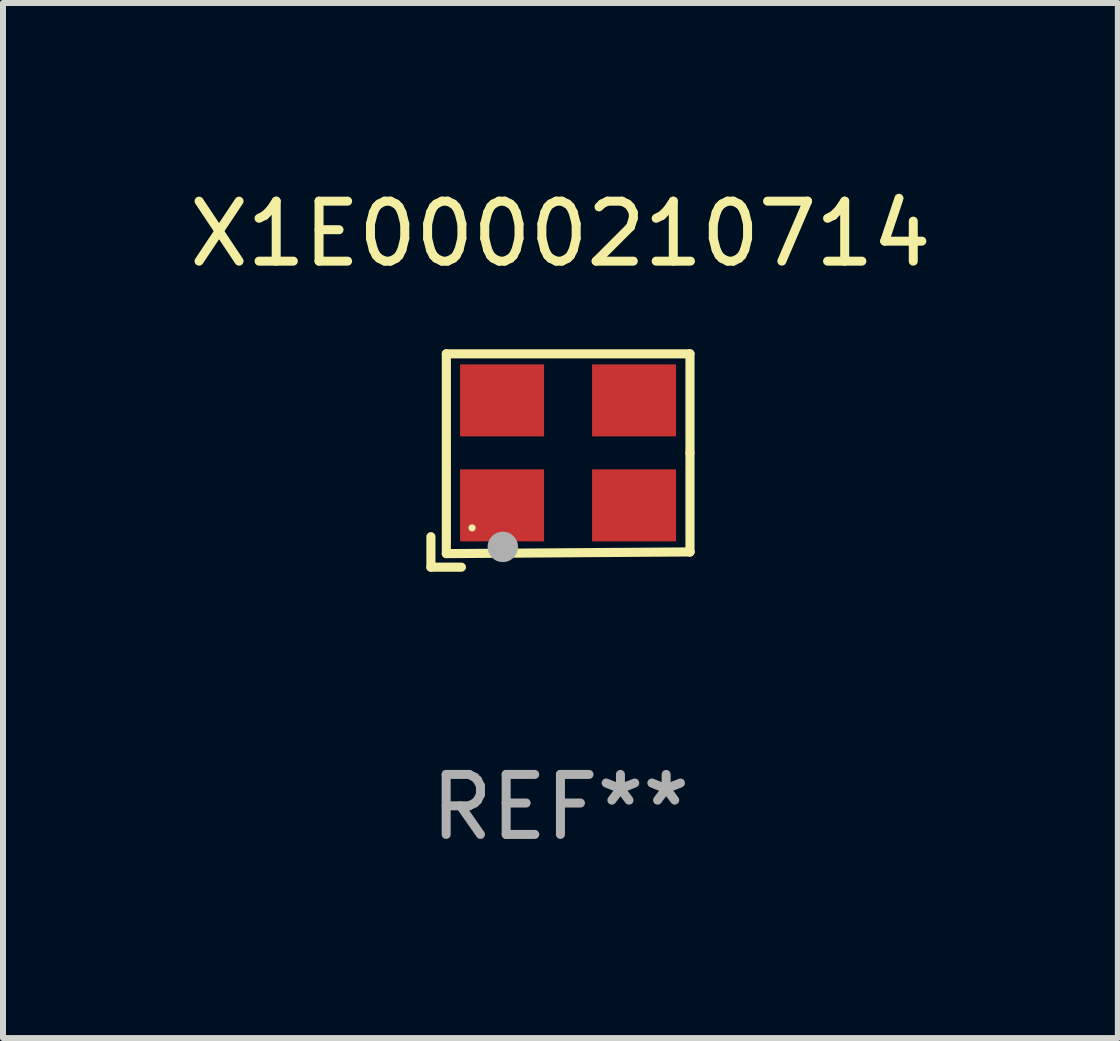
<source format=kicad_pcb>
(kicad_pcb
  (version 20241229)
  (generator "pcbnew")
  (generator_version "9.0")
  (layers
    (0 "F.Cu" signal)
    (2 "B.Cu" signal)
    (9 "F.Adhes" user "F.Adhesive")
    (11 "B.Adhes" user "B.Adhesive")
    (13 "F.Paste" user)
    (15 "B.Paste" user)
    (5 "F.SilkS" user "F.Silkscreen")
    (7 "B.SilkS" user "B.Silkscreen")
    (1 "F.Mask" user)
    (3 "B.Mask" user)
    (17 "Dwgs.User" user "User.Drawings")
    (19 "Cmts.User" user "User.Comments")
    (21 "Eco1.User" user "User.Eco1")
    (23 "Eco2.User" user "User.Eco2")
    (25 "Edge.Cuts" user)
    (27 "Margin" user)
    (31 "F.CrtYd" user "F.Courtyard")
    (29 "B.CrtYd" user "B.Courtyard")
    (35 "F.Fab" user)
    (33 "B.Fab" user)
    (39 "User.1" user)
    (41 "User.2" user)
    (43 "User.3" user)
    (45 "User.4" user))
  (footprint "X1E0000210714"
    (layer "F.Cu")
    (at 6.292 4.626)
    (property "Reference" "X1E0000210714" (at 0 -3.778 0) (layer "F.SilkS") (effects (font (size 1 1) (thickness 0.15))))
    (attr through_hole)
    (fp_line (start -2.159 1.27) (end -2.159 1.778) (stroke (width 0.152) (type solid)) (layer "F.SilkS"))
    (fp_line (start -2.159 1.778) (end -1.651 1.778) (stroke (width 0.152) (type solid)) (layer "F.SilkS"))
    (fp_line (start -1.902 -1.778) (end 2.159 -1.778) (stroke (width 0.152) (type solid)) (layer "F.SilkS"))
    (fp_line (start -1.902 1.552) (end -1.902 -1.778) (stroke (width 0.152) (type solid)) (layer "F.SilkS"))
    (fp_line (start 2.159 -1.778) (end 2.159 -0.127) (stroke (width 0.152) (type solid)) (layer "F.SilkS"))
    (fp_line (start 2.159 -0.127) (end 2.159 1.524) (stroke (width 0.152) (type solid)) (layer "F.SilkS"))
    (fp_line (start 2.159 1.524) (end -1.902 1.552) (stroke (width 0.152) (type solid)) (layer "F.SilkS"))
    (fp_line (start 2.159 1.524) (end 2.159 1.524) (stroke (width 0.152) (type solid)) (layer "F.SilkS"))
    (fp_circle (center -1.473 1.123) (end -1.443 1.123) (stroke (width 0.06) (type solid)) (fill no) (layer "F.SilkS"))
    (fp_circle (center -0.961 1.44) (end -0.834 1.44) (stroke (width 0.254) (type solid)) (fill no) (layer "F.Fab"))
    (fp_text user "REF**" (at 0 5.778 0) (layer "F.Fab") (effects (font (size 1 1) (thickness 0.15))))
    (pad "1" smd rect (at -0.973 0.748) (size 1.4 1.2) (layers "F.Cu" "F.Mask" "F.Paste"))
    (pad "2" smd rect (at 1.227 0.748) (size 1.4 1.2) (layers "F.Cu" "F.Mask" "F.Paste"))
    (pad "3" smd rect (at 1.227 -1.002) (size 1.4 1.2) (layers "F.Cu" "F.Mask" "F.Paste"))
    (pad "4" smd rect (at -0.973 -1.002) (size 1.4 1.2) (layers "F.Cu" "F.Mask" "F.Paste")))
  (gr_rect
    (start -3 -3)
    (end 15.583 14.253)
    (stroke (width 0.1) (type default))
    (fill no)
    (layer "Edge.Cuts")))
</source>
